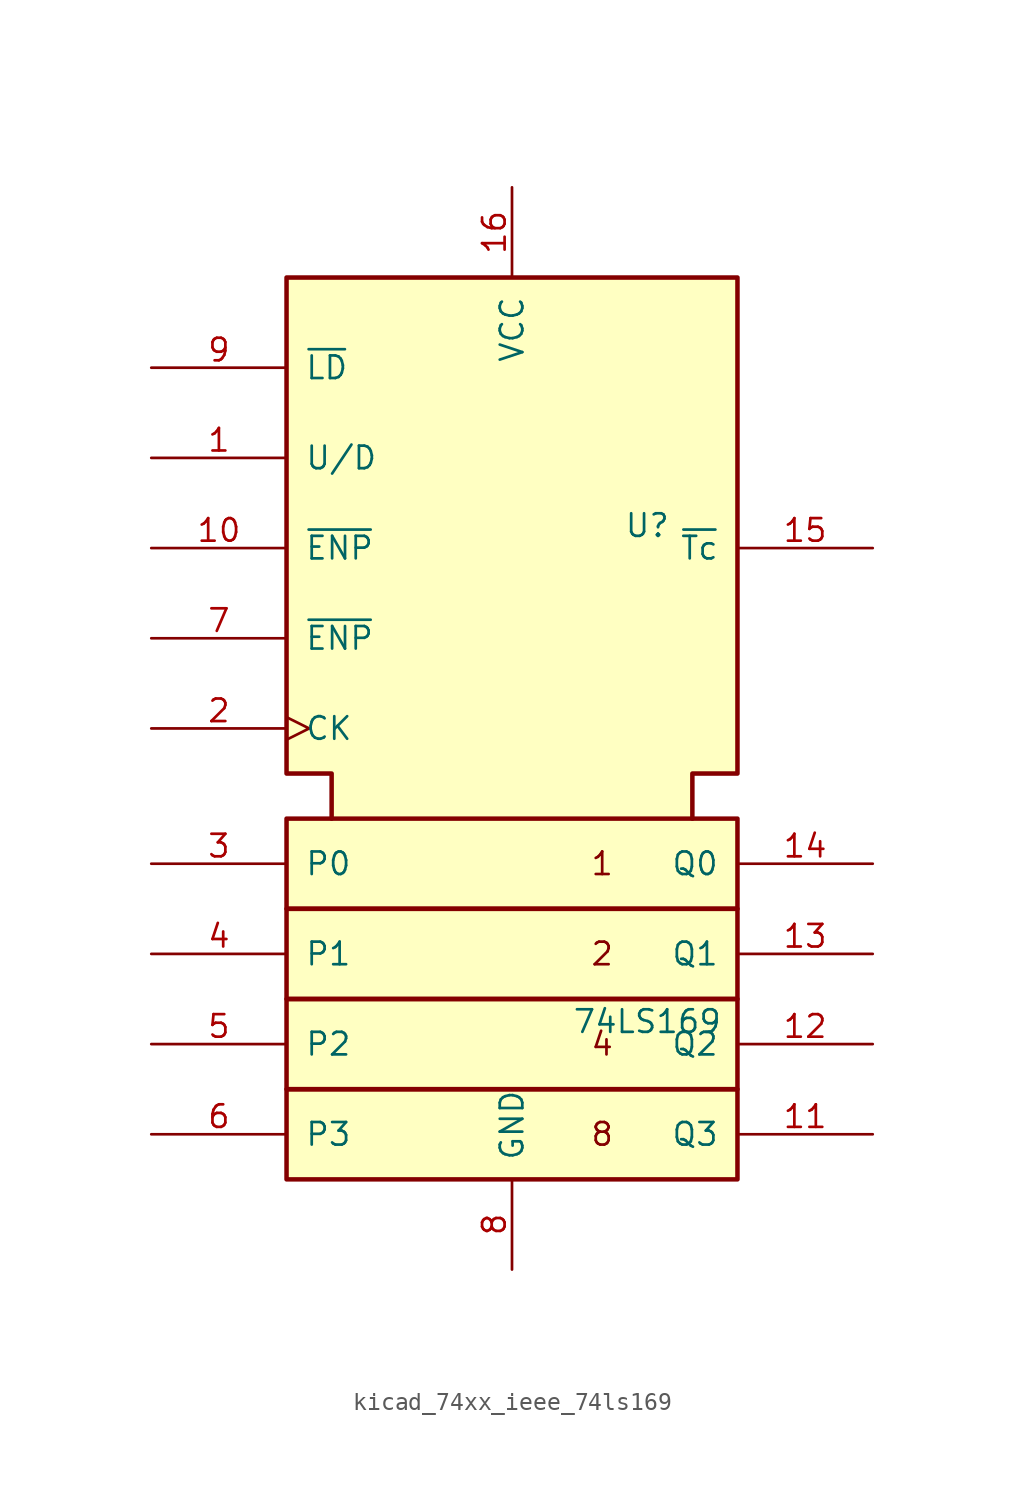
<source format=kicad_sym>
(kicad_symbol_lib
  (version 20220914)
  (generator kicad_symbol_editor)
  (symbol "kicad_74xx_ieee_74ls169"
    (pin_names
      (offset 1.016))
    (property "Reference" "U"
      (at 7.62 13.97 0)
      (effects (font (size 1.27 1.27))))
    (property "Value" "74LS169"
      (at 7.62 -13.97 0)
      (effects (font (size 1.27 1.27))))
    (symbol "kicad_74xx_ieee_74ls169_0_0"
      (rectangle (start -12.7 -17.78) (end 12.7 -22.86) (stroke (width 0.254) (type default)) (fill (type background)))
      (rectangle (start -12.7 -12.7) (end 12.7 -17.78) (stroke (width 0.254) (type default)) (fill (type background)))
      (rectangle (start -12.7 -7.62) (end 12.7 -12.7) (stroke (width 0.254) (type default)) (fill (type background)))
      (rectangle (start -12.7 -2.54) (end 12.7 -7.62) (stroke (width 0.254) (type default)) (fill (type background)))
      (polyline (pts (xy -10.16 -2.54) (xy -10.16 0) (xy -12.7 0) (xy -12.7 27.94) (xy 12.7 27.94) (xy 12.7 0) (xy 10.16 0) (xy 10.16 -2.54) (xy 10.16 -2.54)) (stroke (width 0.254) (type default)) (fill (type background)))
      (text "1" (at 5.08 -5.08 0) (effects (font (size 1.27 1.27))))
      (text "2" (at 5.08 -10.16 0) (effects (font (size 1.27 1.27))))
      (text "4" (at 5.08 -15.24 0) (effects (font (size 1.27 1.27))))
      (text "8" (at 5.08 -20.32 0) (effects (font (size 1.27 1.27))))
      (pin power_in line (at 0 33.02 270) (length 5.08) (name "VCC" (effects (font (size 1.27 1.27)))) (number "16" (effects (font (size 1.27 1.27)))))
      (pin power_in line (at 0 -27.94 90) (length 5.08) (name "GND" (effects (font (size 1.27 1.27)))) (number "8" (effects (font (size 1.27 1.27))))))
    (symbol "kicad_74xx_ieee_74ls169_1_1"
      (pin input line (at -20.32 17.78 0) (length 7.62) (name "U/D" (effects (font (size 1.27 1.27)))) (number "1" (effects (font (size 1.27 1.27)))))
      (pin input line (at -20.32 12.7 0) (length 7.62) (name "~{ENP}" (effects (font (size 1.27 1.27)))) (number "10" (effects (font (size 1.27 1.27)))))
      (pin output line (at 20.32 -20.32 180) (length 7.62) (name "Q3" (effects (font (size 1.27 1.27)))) (number "11" (effects (font (size 1.27 1.27)))))
      (pin output line (at 20.32 -15.24 180) (length 7.62) (name "Q2" (effects (font (size 1.27 1.27)))) (number "12" (effects (font (size 1.27 1.27)))))
      (pin output line (at 20.32 -10.16 180) (length 7.62) (name "Q1" (effects (font (size 1.27 1.27)))) (number "13" (effects (font (size 1.27 1.27)))))
      (pin output line (at 20.32 -5.08 180) (length 7.62) (name "Q0" (effects (font (size 1.27 1.27)))) (number "14" (effects (font (size 1.27 1.27)))))
      (pin output line (at 20.32 12.7 180) (length 7.62) (name "~{Tc}" (effects (font (size 1.27 1.27)))) (number "15" (effects (font (size 1.27 1.27)))))
      (pin input clock (at -20.32 2.54 0) (length 7.62) (name "CK" (effects (font (size 1.27 1.27)))) (number "2" (effects (font (size 1.27 1.27)))))
      (pin input line (at -20.32 -5.08 0) (length 7.62) (name "P0" (effects (font (size 1.27 1.27)))) (number "3" (effects (font (size 1.27 1.27)))))
      (pin input line (at -20.32 -10.16 0) (length 7.62) (name "P1" (effects (font (size 1.27 1.27)))) (number "4" (effects (font (size 1.27 1.27)))))
      (pin input line (at -20.32 -15.24 0) (length 7.62) (name "P2" (effects (font (size 1.27 1.27)))) (number "5" (effects (font (size 1.27 1.27)))))
      (pin input line (at -20.32 -20.32 0) (length 7.62) (name "P3" (effects (font (size 1.27 1.27)))) (number "6" (effects (font (size 1.27 1.27)))))
      (pin input line (at -20.32 7.62 0) (length 7.62) (name "~{ENP}" (effects (font (size 1.27 1.27)))) (number "7" (effects (font (size 1.27 1.27)))))
      (pin input line (at -20.32 22.86 0) (length 7.62) (name "~{LD}" (effects (font (size 1.27 1.27)))) (number "9" (effects (font (size 1.27 1.27))))))))
</source>
